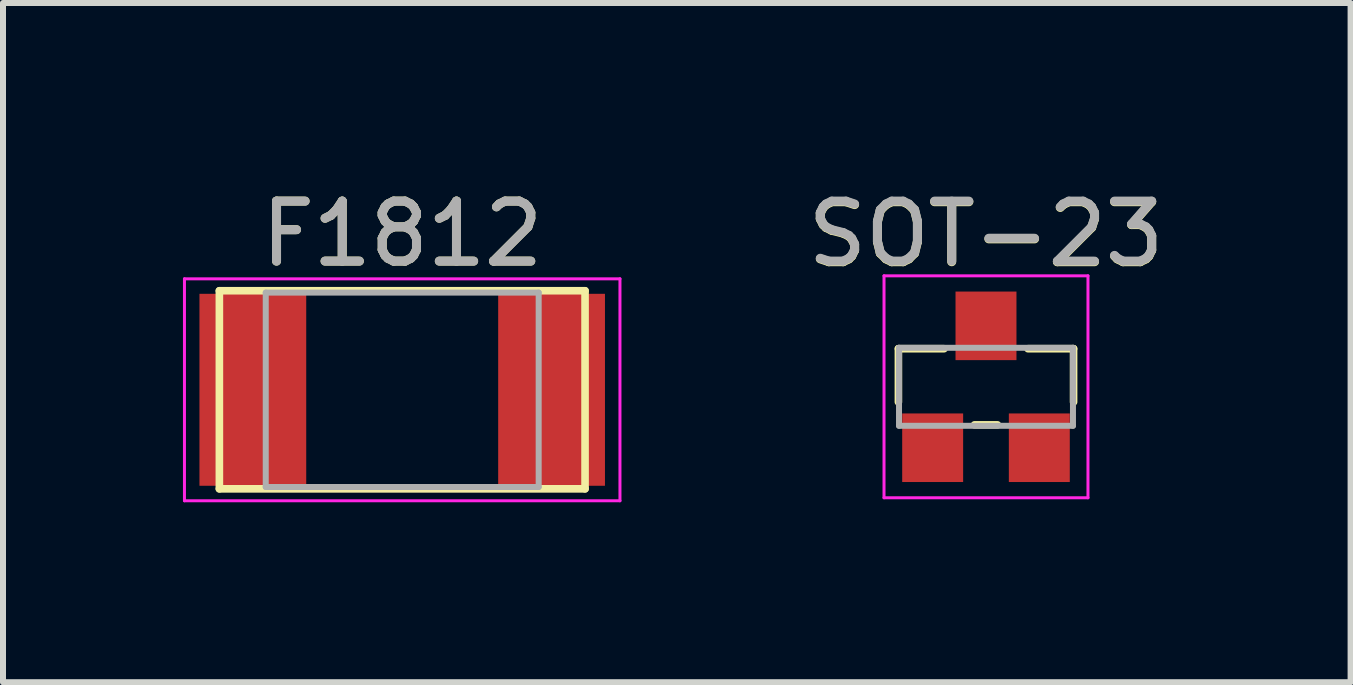
<source format=kicad_pcb>
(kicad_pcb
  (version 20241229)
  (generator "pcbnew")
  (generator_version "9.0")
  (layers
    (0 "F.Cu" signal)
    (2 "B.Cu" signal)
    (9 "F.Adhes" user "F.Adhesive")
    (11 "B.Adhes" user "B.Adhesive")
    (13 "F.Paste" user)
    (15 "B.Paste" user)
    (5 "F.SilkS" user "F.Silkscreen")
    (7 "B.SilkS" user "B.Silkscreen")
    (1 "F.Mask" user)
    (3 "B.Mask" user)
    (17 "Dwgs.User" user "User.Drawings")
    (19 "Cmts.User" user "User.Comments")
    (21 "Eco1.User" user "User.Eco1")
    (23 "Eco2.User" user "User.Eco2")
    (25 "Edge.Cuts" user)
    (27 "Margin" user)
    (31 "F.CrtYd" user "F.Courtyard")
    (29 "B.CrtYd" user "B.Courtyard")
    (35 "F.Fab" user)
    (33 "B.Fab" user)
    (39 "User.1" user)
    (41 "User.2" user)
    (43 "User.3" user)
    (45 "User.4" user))
  (footprint "SOT-23"
    (layer "F.Cu")
    (at 13.387 3.398)
    (property "Reference" "SOT-23" (at 0 -2.54 0) (layer "F.SilkS") (effects (font (size 1 1) (thickness 0.15))))
    (attr smd)
    (fp_line (start -1.46 -0.635) (end -1.46 0.254) (stroke (width 0.127) (type solid)) (layer "F.SilkS"))
    (fp_line (start -0.699 -0.635) (end -1.46 -0.635) (stroke (width 0.127) (type solid)) (layer "F.SilkS"))
    (fp_line (start -0.191 0.635) (end 0.191 0.635) (stroke (width 0.127) (type solid)) (layer "F.SilkS"))
    (fp_line (start 1.46 -0.635) (end 0.699 -0.635) (stroke (width 0.127) (type solid)) (layer "F.SilkS"))
    (fp_line (start 1.46 0.254) (end 1.46 -0.635) (stroke (width 0.127) (type solid)) (layer "F.SilkS"))
    (fp_line (start -1.7 -1.85) (end -1.7 1.85) (stroke (width 0.05) (type solid)) (layer "F.CrtYd"))
    (fp_line (start -1.7 1.85) (end 1.7 1.85) (stroke (width 0.05) (type solid)) (layer "F.CrtYd"))
    (fp_line (start 1.7 -1.85) (end -1.7 -1.85) (stroke (width 0.05) (type solid)) (layer "F.CrtYd"))
    (fp_line (start 1.7 1.85) (end 1.7 -1.85) (stroke (width 0.05) (type solid)) (layer "F.CrtYd"))
    (fp_line (start -1.45 -0.65) (end 1.45 -0.65) (stroke (width 0.1) (type solid)) (layer "F.Fab"))
    (fp_line (start -1.45 0.65) (end -1.45 -0.65) (stroke (width 0.1) (type solid)) (layer "F.Fab"))
    (fp_line (start 1.45 -0.65) (end 1.45 0.65) (stroke (width 0.1) (type solid)) (layer "F.Fab"))
    (fp_line (start 1.45 0.65) (end -1.45 0.65) (stroke (width 0.1) (type solid)) (layer "F.Fab"))
    (fp_text user "${REFERENCE}" (at 0 -2.55 0) (layer "F.Fab") (effects (font (size 1 1) (thickness 0.15))))
    (pad "1" smd rect (at -0.889 1.016 180) (size 1.016 1.143) (layers "F.Cu" "F.Mask" "F.Paste"))
    (pad "2" smd rect (at 0.889 1.016) (size 1.016 1.143) (layers "F.Cu" "F.Mask" "F.Paste"))
    (pad "3" smd rect (at 0 -1.016) (size 1.016 1.143) (layers "F.Cu" "F.Mask" "F.Paste")))
  (footprint "F1812"
    (layer "F.Cu")
    (at 3.655 3.448)
    (property "Reference" "F1812" (at 0 -2.6 0) (layer "F.SilkS") (effects (font (size 1 1) (thickness 0.15))))
    (attr smd)
    (fp_line (start -3.048 -1.651) (end -3.048 1.651) (stroke (width 0.127) (type solid)) (layer "F.SilkS"))
    (fp_line (start -3.048 -1.651) (end 3.048 -1.651) (stroke (width 0.127) (type solid)) (layer "F.SilkS"))
    (fp_line (start 3.048 -1.651) (end 3.048 1.651) (stroke (width 0.127) (type solid)) (layer "F.SilkS"))
    (fp_line (start 3.048 1.651) (end -3.048 1.651) (stroke (width 0.127) (type solid)) (layer "F.SilkS"))
    (fp_line (start -3.63 -1.85) (end 3.63 -1.85) (stroke (width 0.05) (type solid)) (layer "F.CrtYd"))
    (fp_line (start -3.63 1.85) (end -3.63 -1.85) (stroke (width 0.05) (type solid)) (layer "F.CrtYd"))
    (fp_line (start 3.63 -1.85) (end 3.63 1.85) (stroke (width 0.05) (type solid)) (layer "F.CrtYd"))
    (fp_line (start 3.63 1.85) (end -3.63 1.85) (stroke (width 0.05) (type solid)) (layer "F.CrtYd"))
    (fp_line (start -2.275 -1.62) (end 2.275 -1.62) (stroke (width 0.1) (type solid)) (layer "F.Fab"))
    (fp_line (start -2.275 1.62) (end -2.275 -1.62) (stroke (width 0.1) (type solid)) (layer "F.Fab"))
    (fp_line (start 2.275 -1.62) (end 2.275 1.62) (stroke (width 0.1) (type solid)) (layer "F.Fab"))
    (fp_line (start 2.275 1.62) (end -2.275 1.62) (stroke (width 0.1) (type solid)) (layer "F.Fab"))
    (fp_text user "${REFERENCE}" (at 0 -2.6 0) (layer "F.Fab") (effects (font (size 1 1) (thickness 0.15))))
    (pad "1" smd rect (at -2.49 0 90) (size 3.2 1.78) (layers "F.Cu" "F.Mask" "F.Paste"))
    (pad "2" smd rect (at 2.49 0 90) (size 3.2 1.78) (layers "F.Cu" "F.Mask" "F.Paste")))
  (gr_rect
    (start -3 -3)
    (end 19.465 8.323)
    (stroke (width 0.1) (type default))
    (fill no)
    (layer "Edge.Cuts")))
</source>
